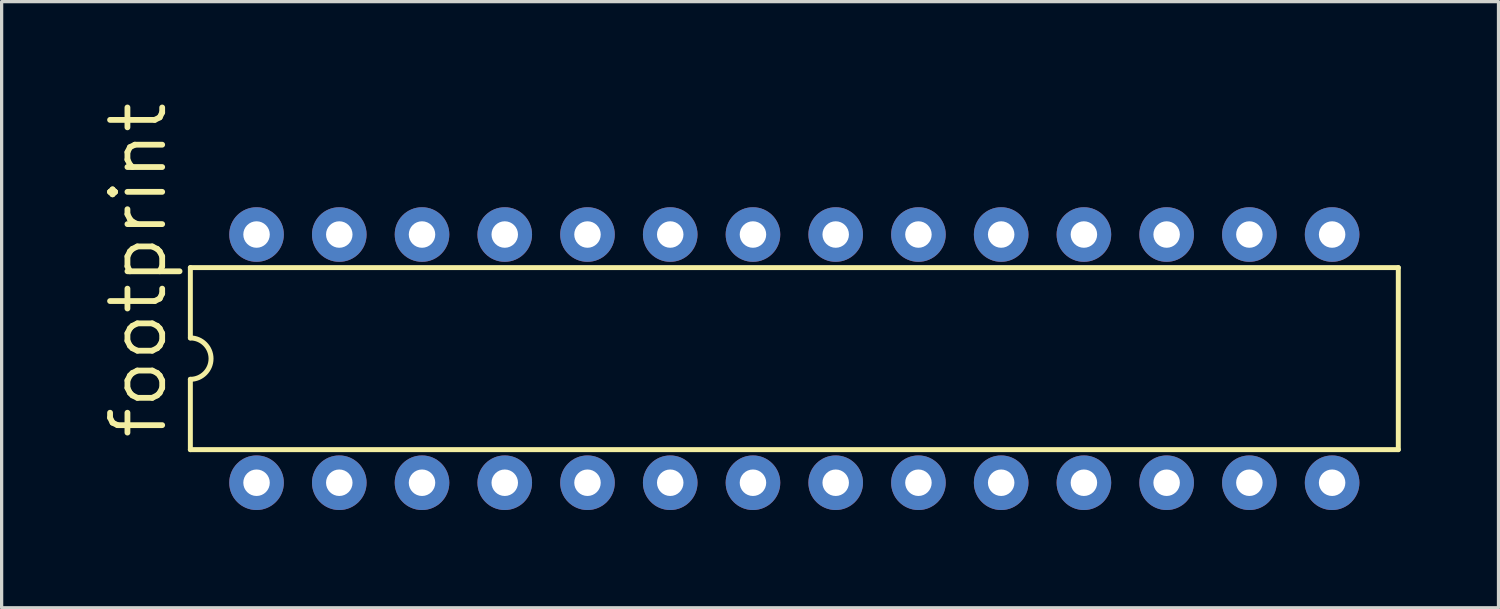
<source format=kicad_pcb>
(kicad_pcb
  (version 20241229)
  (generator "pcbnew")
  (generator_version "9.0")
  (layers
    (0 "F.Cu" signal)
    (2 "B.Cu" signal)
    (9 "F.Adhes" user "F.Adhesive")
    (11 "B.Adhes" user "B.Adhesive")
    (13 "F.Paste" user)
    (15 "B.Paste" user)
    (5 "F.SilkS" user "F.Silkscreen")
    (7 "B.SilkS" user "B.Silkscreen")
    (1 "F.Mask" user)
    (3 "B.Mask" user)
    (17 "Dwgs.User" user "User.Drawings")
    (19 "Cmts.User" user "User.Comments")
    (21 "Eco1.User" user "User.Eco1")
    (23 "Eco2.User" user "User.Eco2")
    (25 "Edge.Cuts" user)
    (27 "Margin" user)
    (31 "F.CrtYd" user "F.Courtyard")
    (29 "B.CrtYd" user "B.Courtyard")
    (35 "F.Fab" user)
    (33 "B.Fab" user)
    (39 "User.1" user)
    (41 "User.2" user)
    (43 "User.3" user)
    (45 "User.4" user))
  (footprint "footprint"
    (layer "F.Cu")
    (at 21.336 7.96)
    (property "Reference" "footprint" (at -19.202 2.54 90) (layer "F.SilkS") (effects (font (size 1.6 1.6) (thickness 0.178)) (justify left bottom)))
    (fp_line (start -18.542 -2.794) (end -18.542 -0.635) (stroke (width 0.152) (type solid)) (layer "F.SilkS"))
    (fp_line (start -18.542 -2.794) (end 18.542 -2.794) (stroke (width 0.152) (type solid)) (layer "F.SilkS"))
    (fp_line (start -18.542 0.635) (end -18.542 2.794) (stroke (width 0.152) (type solid)) (layer "F.SilkS"))
    (fp_line (start -18.542 2.794) (end 18.542 2.794) (stroke (width 0.152) (type solid)) (layer "F.SilkS"))
    (fp_line (start 18.542 -2.794) (end 18.542 2.794) (stroke (width 0.152) (type solid)) (layer "F.SilkS"))
    (fp_arc (start -18.542 -0.635) (mid -17.907 0) (end -18.542 0.635) (stroke (width 0.1524) (type solid)) (layer "F.SilkS"))
    (pad "1" thru_hole circle (at -16.51 3.81 90) (size 1.676 1.676) (drill 0.813) (layers "*.Cu" "*.Mask"))
    (pad "2" thru_hole circle (at -13.97 3.81 90) (size 1.676 1.676) (drill 0.813) (layers "*.Cu" "*.Mask"))
    (pad "3" thru_hole circle (at -11.43 3.81 90) (size 1.676 1.676) (drill 0.813) (layers "*.Cu" "*.Mask"))
    (pad "4" thru_hole circle (at -8.89 3.81 90) (size 1.676 1.676) (drill 0.813) (layers "*.Cu" "*.Mask"))
    (pad "5" thru_hole circle (at -6.35 3.81 90) (size 1.676 1.676) (drill 0.813) (layers "*.Cu" "*.Mask"))
    (pad "6" thru_hole circle (at -3.81 3.81 90) (size 1.676 1.676) (drill 0.813) (layers "*.Cu" "*.Mask"))
    (pad "7" thru_hole circle (at -1.27 3.81 90) (size 1.676 1.676) (drill 0.813) (layers "*.Cu" "*.Mask"))
    (pad "8" thru_hole circle (at 1.27 3.81 90) (size 1.676 1.676) (drill 0.813) (layers "*.Cu" "*.Mask"))
    (pad "9" thru_hole circle (at 3.81 3.81 90) (size 1.676 1.676) (drill 0.813) (layers "*.Cu" "*.Mask"))
    (pad "10" thru_hole circle (at 6.35 3.81 90) (size 1.676 1.676) (drill 0.813) (layers "*.Cu" "*.Mask"))
    (pad "11" thru_hole circle (at 8.89 3.81 90) (size 1.676 1.676) (drill 0.813) (layers "*.Cu" "*.Mask"))
    (pad "12" thru_hole circle (at 11.43 3.81 90) (size 1.676 1.676) (drill 0.813) (layers "*.Cu" "*.Mask"))
    (pad "13" thru_hole circle (at 13.97 3.81 90) (size 1.676 1.676) (drill 0.813) (layers "*.Cu" "*.Mask"))
    (pad "14" thru_hole circle (at 16.51 3.81 90) (size 1.676 1.676) (drill 0.813) (layers "*.Cu" "*.Mask"))
    (pad "15" thru_hole circle (at 16.51 -3.81 90) (size 1.676 1.676) (drill 0.813) (layers "*.Cu" "*.Mask"))
    (pad "16" thru_hole circle (at 13.97 -3.81 90) (size 1.676 1.676) (drill 0.813) (layers "*.Cu" "*.Mask"))
    (pad "17" thru_hole circle (at 11.43 -3.81 90) (size 1.676 1.676) (drill 0.813) (layers "*.Cu" "*.Mask"))
    (pad "18" thru_hole circle (at 8.89 -3.81 90) (size 1.676 1.676) (drill 0.813) (layers "*.Cu" "*.Mask"))
    (pad "19" thru_hole circle (at 6.35 -3.81 90) (size 1.676 1.676) (drill 0.813) (layers "*.Cu" "*.Mask"))
    (pad "20" thru_hole circle (at 3.81 -3.81 90) (size 1.676 1.676) (drill 0.813) (layers "*.Cu" "*.Mask"))
    (pad "21" thru_hole circle (at 1.27 -3.81 90) (size 1.676 1.676) (drill 0.813) (layers "*.Cu" "*.Mask"))
    (pad "22" thru_hole circle (at -1.27 -3.81 90) (size 1.676 1.676) (drill 0.813) (layers "*.Cu" "*.Mask"))
    (pad "23" thru_hole circle (at -3.81 -3.81 90) (size 1.676 1.676) (drill 0.813) (layers "*.Cu" "*.Mask"))
    (pad "24" thru_hole circle (at -6.35 -3.81 90) (size 1.676 1.676) (drill 0.813) (layers "*.Cu" "*.Mask"))
    (pad "25" thru_hole circle (at -8.89 -3.81 90) (size 1.676 1.676) (drill 0.813) (layers "*.Cu" "*.Mask"))
    (pad "26" thru_hole circle (at -11.43 -3.81 90) (size 1.676 1.676) (drill 0.813) (layers "*.Cu" "*.Mask"))
    (pad "27" thru_hole circle (at -13.97 -3.81 90) (size 1.676 1.676) (drill 0.813) (layers "*.Cu" "*.Mask"))
    (pad "28" thru_hole circle (at -16.51 -3.81 90) (size 1.676 1.676) (drill 0.813) (layers "*.Cu" "*.Mask")))
  (gr_rect
    (start -3 -3)
    (end 42.954 15.609)
    (stroke (width 0.1) (type default))
    (fill no)
    (layer "Edge.Cuts")))
</source>
